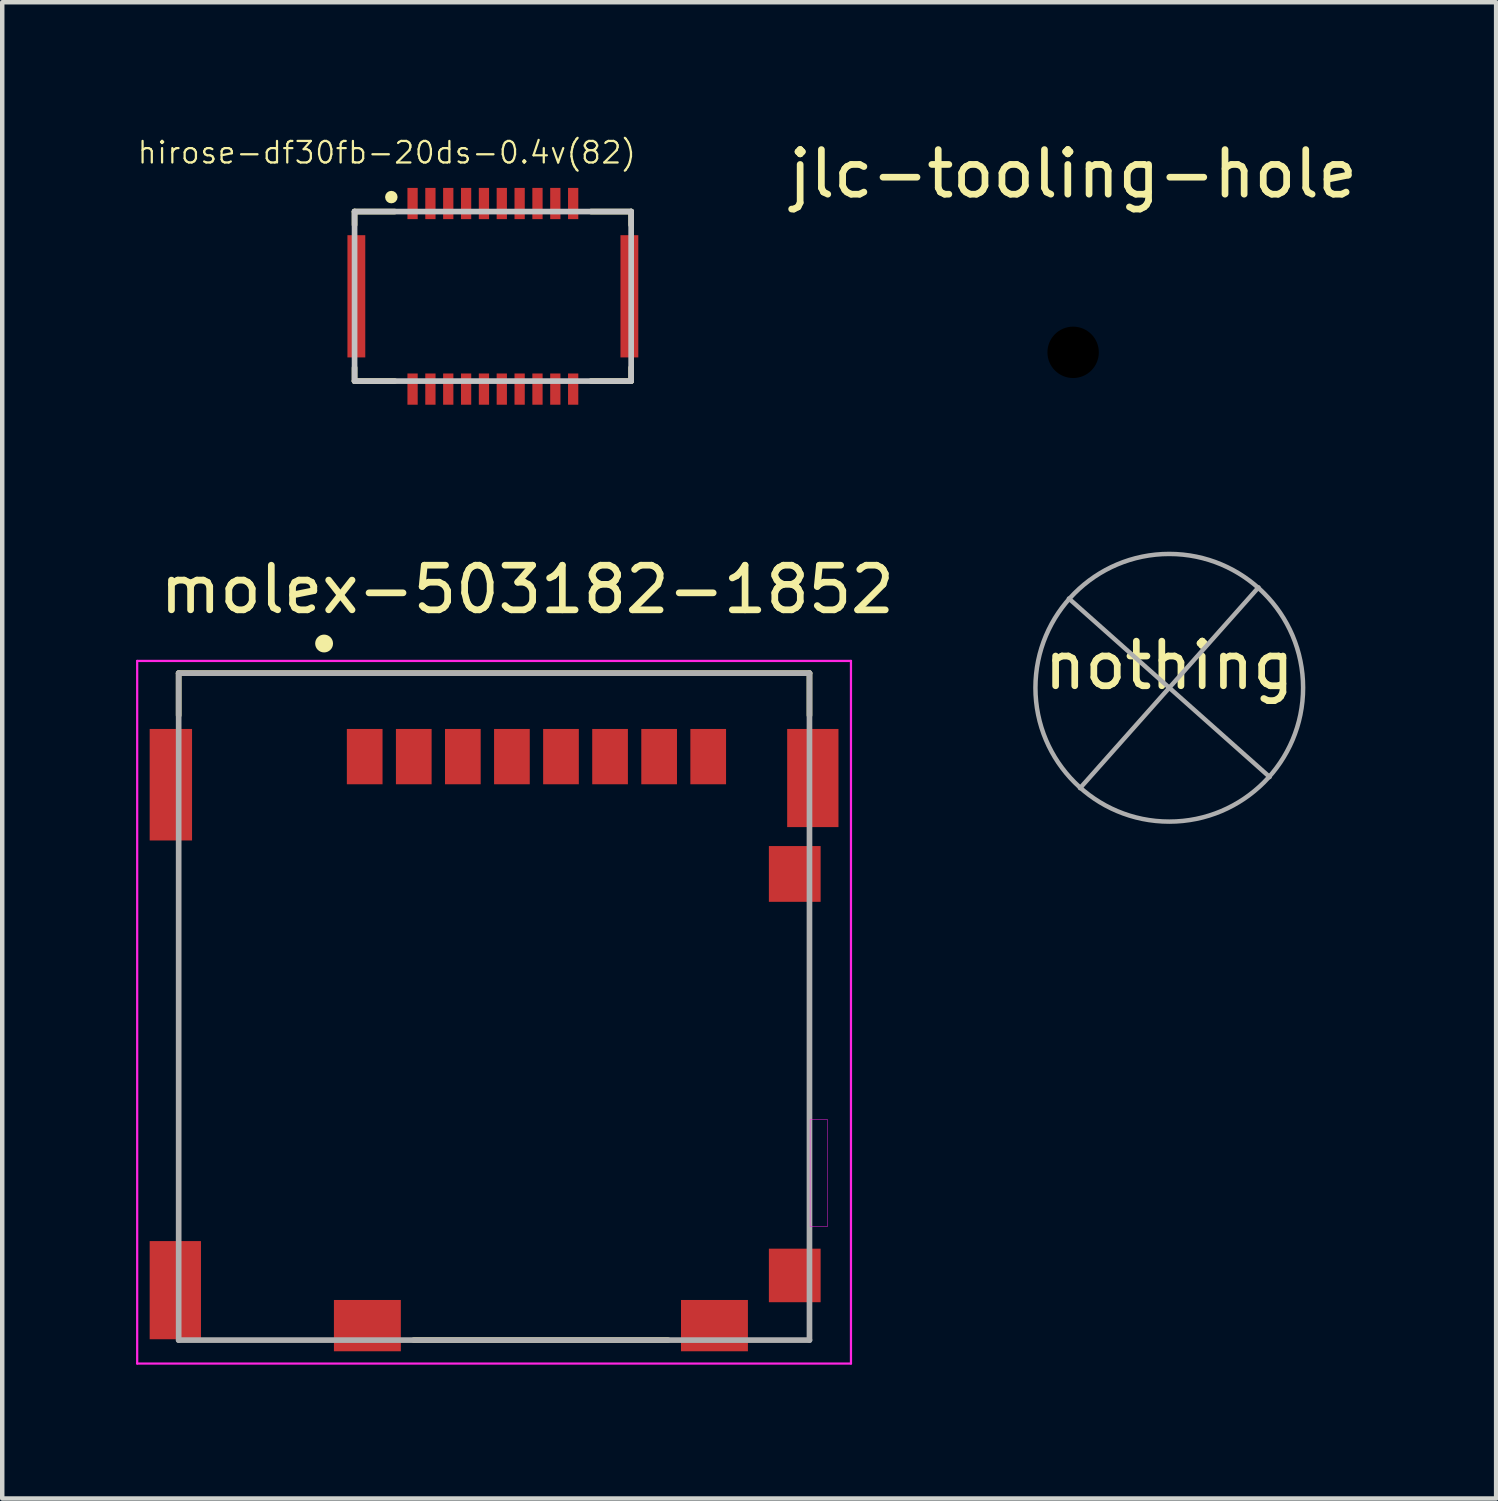
<source format=kicad_pcb>
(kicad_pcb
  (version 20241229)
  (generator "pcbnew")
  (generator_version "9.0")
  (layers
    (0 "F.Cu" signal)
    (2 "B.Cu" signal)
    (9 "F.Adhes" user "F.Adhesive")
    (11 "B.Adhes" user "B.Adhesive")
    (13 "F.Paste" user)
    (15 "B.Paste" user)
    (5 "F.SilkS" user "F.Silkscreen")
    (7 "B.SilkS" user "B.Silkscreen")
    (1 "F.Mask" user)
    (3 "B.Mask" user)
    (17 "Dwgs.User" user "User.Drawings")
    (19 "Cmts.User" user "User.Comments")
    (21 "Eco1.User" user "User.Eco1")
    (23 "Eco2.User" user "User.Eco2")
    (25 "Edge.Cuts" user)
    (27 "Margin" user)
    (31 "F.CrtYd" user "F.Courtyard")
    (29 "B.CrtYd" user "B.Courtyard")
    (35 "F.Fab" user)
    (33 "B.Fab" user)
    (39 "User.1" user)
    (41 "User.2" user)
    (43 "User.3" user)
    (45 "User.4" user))
  (footprint "nothing"
    (layer "F.Cu")
    (at 23.16 12.367)
    (property "Reference" "nothing" (at 0 -0.5 0) (unlocked yes) (layer "F.SilkS") (effects (font (size 1 1) (thickness 0.15))))
    (attr board_only exclude_from_pos_files exclude_from_bom)
    (fp_line (start -2 2.25) (end 2 -2.25) (stroke (width 0.1) (type solid)) (layer "F.Fab"))
    (fp_line (start 2.25 2) (end -2.25 -2) (stroke (width 0.1) (type solid)) (layer "F.Fab"))
    (fp_circle (center 0 0) (end 3 0) (stroke (width 0.1) (type solid)) (fill no) (layer "F.Fab")))
  (footprint "hirose-df30fb-20ds-0.4v(82)"
    (layer "F.Cu")
    (at 7.998 3.592)
    (property "Reference" "hirose-df30fb-20ds-0.4v(82)" (at -2.378 -3.221 0) (layer "F.SilkS") (effects (font (size 0.483 0.483) (thickness 0.05))))
    (attr smd)
    (fp_line (start -3.1 -1.9) (end -2.2 -1.9) (stroke (width 0.127) (type solid)) (layer "F.SilkS"))
    (fp_line (start -3.1 -1.6) (end -3.1 -1.9) (stroke (width 0.127) (type solid)) (layer "F.SilkS"))
    (fp_line (start -3.1 1.6) (end -3.1 1.9) (stroke (width 0.127) (type solid)) (layer "F.SilkS"))
    (fp_line (start -3.1 1.9) (end -2.2 1.9) (stroke (width 0.127) (type solid)) (layer "F.SilkS"))
    (fp_line (start 3.1 -1.9) (end 2.2 -1.9) (stroke (width 0.127) (type solid)) (layer "F.SilkS"))
    (fp_line (start 3.1 -1.6) (end 3.1 -1.9) (stroke (width 0.127) (type solid)) (layer "F.SilkS"))
    (fp_line (start 3.1 1.6) (end 3.1 1.9) (stroke (width 0.127) (type solid)) (layer "F.SilkS"))
    (fp_line (start 3.1 1.9) (end 2.2 1.9) (stroke (width 0.127) (type solid)) (layer "F.SilkS"))
    (fp_circle (center -2.276 -2.224) (end -2.206 -2.224) (stroke (width 0.14) (type solid)) (fill no) (layer "F.SilkS"))
    (fp_line (start -3.1 -1.9) (end -3.1 1.9) (stroke (width 0.127) (type solid)) (layer "Dwgs.User"))
    (fp_line (start -3.1 1.9) (end 3.1 1.9) (stroke (width 0.127) (type solid)) (layer "Dwgs.User"))
    (fp_line (start 3.1 -1.9) (end -3.1 -1.9) (stroke (width 0.127) (type solid)) (layer "Dwgs.User"))
    (fp_line (start 3.1 1.9) (end 3.1 -1.9) (stroke (width 0.127) (type solid)) (layer "Dwgs.User"))
    (fp_line (start -3.5 -2.7) (end -3.5 2.7) (stroke (width 0.05) (type solid)) (layer "Eco1.User"))
    (fp_line (start -3.5 2.7) (end 3.5 2.7) (stroke (width 0.05) (type solid)) (layer "Eco1.User"))
    (fp_line (start 3.5 -2.7) (end -3.5 -2.7) (stroke (width 0.05) (type solid)) (layer "Eco1.User"))
    (fp_line (start 3.5 2.7) (end 3.5 -2.7) (stroke (width 0.05) (type solid)) (layer "Eco1.User"))
    (pad "1" smd rect (at -1.8 -2.08 180) (size 0.23 0.7) (layers "F.Cu" "F.Mask" "F.Paste"))
    (pad "2" smd rect (at -1.8 2.08) (size 0.23 0.7) (layers "F.Cu" "F.Mask" "F.Paste"))
    (pad "3" smd rect (at -1.4 -2.08 180) (size 0.23 0.7) (layers "F.Cu" "F.Mask" "F.Paste"))
    (pad "4" smd rect (at -1.4 2.08) (size 0.23 0.7) (layers "F.Cu" "F.Mask" "F.Paste"))
    (pad "5" smd rect (at -1 -2.08 180) (size 0.23 0.7) (layers "F.Cu" "F.Mask" "F.Paste"))
    (pad "6" smd rect (at -1 2.08) (size 0.23 0.7) (layers "F.Cu" "F.Mask" "F.Paste"))
    (pad "7" smd rect (at -0.6 -2.08 180) (size 0.23 0.7) (layers "F.Cu" "F.Mask" "F.Paste"))
    (pad "8" smd rect (at -0.6 2.08) (size 0.23 0.7) (layers "F.Cu" "F.Mask" "F.Paste"))
    (pad "9" smd rect (at -0.2 -2.08 180) (size 0.23 0.7) (layers "F.Cu" "F.Mask" "F.Paste"))
    (pad "10" smd rect (at -0.2 2.08) (size 0.23 0.7) (layers "F.Cu" "F.Mask" "F.Paste"))
    (pad "11" smd rect (at 0.2 -2.08 180) (size 0.23 0.7) (layers "F.Cu" "F.Mask" "F.Paste"))
    (pad "12" smd rect (at 0.2 2.08) (size 0.23 0.7) (layers "F.Cu" "F.Mask" "F.Paste"))
    (pad "13" smd rect (at 0.6 -2.08 180) (size 0.23 0.7) (layers "F.Cu" "F.Mask" "F.Paste"))
    (pad "14" smd rect (at 0.6 2.08) (size 0.23 0.7) (layers "F.Cu" "F.Mask" "F.Paste"))
    (pad "15" smd rect (at 1 -2.08 180) (size 0.23 0.7) (layers "F.Cu" "F.Mask" "F.Paste"))
    (pad "16" smd rect (at 1 2.08) (size 0.23 0.7) (layers "F.Cu" "F.Mask" "F.Paste"))
    (pad "17" smd rect (at 1.4 -2.08 180) (size 0.23 0.7) (layers "F.Cu" "F.Mask" "F.Paste"))
    (pad "18" smd rect (at 1.4 2.08) (size 0.23 0.7) (layers "F.Cu" "F.Mask" "F.Paste"))
    (pad "19" smd rect (at 1.8 -2.08 180) (size 0.23 0.7) (layers "F.Cu" "F.Mask" "F.Paste"))
    (pad "20" smd rect (at 1.8 2.08) (size 0.23 0.7) (layers "F.Cu" "F.Mask" "F.Paste"))
    (pad "MP" smd rect (at -3.06 0) (size 0.4 2.74) (layers "F.Cu" "F.Mask" "F.Paste"))
    (pad "MP" smd rect (at 3.06 0 180) (size 0.4 2.74) (layers "F.Cu" "F.Mask" "F.Paste")))
  (footprint "molex-503182-1852"
    (layer "F.Cu")
    (at 9.07 20.365)
    (property "Reference" "molex-503182-1852" (at -0.3 -10.2 0) (unlocked yes) (layer "F.SilkS") (effects (font (size 1 1) (thickness 0.15))))
    (attr smd)
    (fp_line (start -8.115 -8.325) (end 6.025 -8.325) (stroke (width 0.127) (type solid)) (layer "F.SilkS"))
    (fp_line (start -8.115 -7.38) (end -8.115 -8.325) (stroke (width 0.127) (type solid)) (layer "F.SilkS"))
    (fp_line (start -2.845 6.625) (end 2.855 6.625) (stroke (width 0.127) (type solid)) (layer "F.SilkS"))
    (fp_line (start 6.025 -8.325) (end 6.025 -7.38) (stroke (width 0.127) (type solid)) (layer "F.SilkS"))
    (fp_circle (center -4.855 -8.99) (end -4.755 -8.99) (stroke (width 0.2) (type solid)) (fill no) (layer "F.SilkS"))
    (fp_line (start -9.045 -8.6) (end -9.045 7.15) (stroke (width 0.05) (type solid)) (layer "F.CrtYd"))
    (fp_line (start -9.045 7.15) (end 6.955 7.15) (stroke (width 0.05) (type solid)) (layer "F.CrtYd"))
    (fp_line (start 6.955 -8.6) (end -9.045 -8.6) (stroke (width 0.05) (type solid)) (layer "F.CrtYd"))
    (fp_line (start 6.955 7.15) (end 6.955 -8.6) (stroke (width 0.05) (type solid)) (layer "F.CrtYd"))
    (fp_poly (pts (xy 6.039 1.675) (xy 6.425 1.675) (xy 6.425 4.084) (xy 6.039 4.084)) (stroke (width 0.01) (type solid)) (fill no) (layer "F.CrtYd"))
    (fp_line (start -8.115 -8.325) (end 6.025 -8.325) (stroke (width 0.127) (type solid)) (layer "F.Fab"))
    (fp_line (start -8.115 6.625) (end -8.115 -8.325) (stroke (width 0.127) (type solid)) (layer "F.Fab"))
    (fp_line (start 6.025 -8.325) (end 6.025 6.625) (stroke (width 0.127) (type solid)) (layer "F.Fab"))
    (fp_line (start 6.025 6.625) (end -8.115 6.625) (stroke (width 0.127) (type solid)) (layer "F.Fab"))
    (pad "1" smd rect (at -3.945 -6.455) (size 0.8 1.24) (layers "F.Cu" "F.Mask" "F.Paste"))
    (pad "2" smd rect (at -2.845 -6.455) (size 0.8 1.24) (layers "F.Cu" "F.Mask" "F.Paste"))
    (pad "3" smd rect (at -1.745 -6.455) (size 0.8 1.24) (layers "F.Cu" "F.Mask" "F.Paste"))
    (pad "4" smd rect (at -0.645 -6.455) (size 0.8 1.24) (layers "F.Cu" "F.Mask" "F.Paste"))
    (pad "5" smd rect (at 0.455 -6.455) (size 0.8 1.24) (layers "F.Cu" "F.Mask" "F.Paste"))
    (pad "6" smd rect (at 1.555 -6.455) (size 0.8 1.24) (layers "F.Cu" "F.Mask" "F.Paste"))
    (pad "7" smd rect (at 2.655 -6.455) (size 0.8 1.24) (layers "F.Cu" "F.Mask" "F.Paste"))
    (pad "8" smd rect (at 3.755 -6.455) (size 0.8 1.24) (layers "F.Cu" "F.Mask" "F.Paste"))
    (pad "9" smd rect (at 5.695 5.175) (size 1.16 1.2) (layers "F.Cu" "F.Mask" "F.Paste"))
    (pad "10" smd rect (at 5.695 -3.825) (size 1.16 1.25) (layers "F.Cu" "F.Mask" "F.Paste"))
    (pad "11" smd rect (at -8.29 -5.825) (size 0.95 2.5) (layers "F.Cu" "F.Mask" "F.Paste"))
    (pad "11" smd rect (at -8.19 5.505) (size 1.15 2.2) (layers "F.Cu" "F.Mask" "F.Paste"))
    (pad "11" smd rect (at -3.885 6.3) (size 1.5 1.15) (layers "F.Cu" "F.Mask" "F.Paste"))
    (pad "11" smd rect (at 3.895 6.3) (size 1.5 1.15) (layers "F.Cu" "F.Mask" "F.Paste"))
    (pad "11" smd rect (at 6.1 -5.975) (size 1.15 2.2) (layers "F.Cu" "F.Mask" "F.Paste"))
    (zone (net_name "") (layer "F.Cu") (hatch edge 0.508) (connect_pads) (min_thickness 0.254) (filled_areas_thickness no) (keepout (tracks allowed) (vias allowed) (pads not_allowed) (copperpour allowed) (footprints allowed)) (placement (enabled no)) (fill) (polygon (pts (xy 13.57 22.965) (xy 4.37 22.965) (xy 4.37 14.765) (xy 13.57 14.765)))))
  (footprint "jlc-tooling-hole"
    (layer "F.Cu")
    (at 21.005 4.848)
    (property "Reference" "jlc-tooling-hole" (at 0 -4 0) (unlocked yes) (layer "F.SilkS") (effects (font (size 1 1) (thickness 0.15))))
    (attr through_hole board_only exclude_from_pos_files exclude_from_bom)
    (pad "" np_thru_hole circle (at 0 0) (size 1.3 1.3) (drill 1.152) (layers "*.Mask")))
  (gr_rect
    (start -3 -3)
    (end 30.487 30.54)
    (stroke (width 0.1) (type default))
    (fill no)
    (layer "Edge.Cuts")))
</source>
